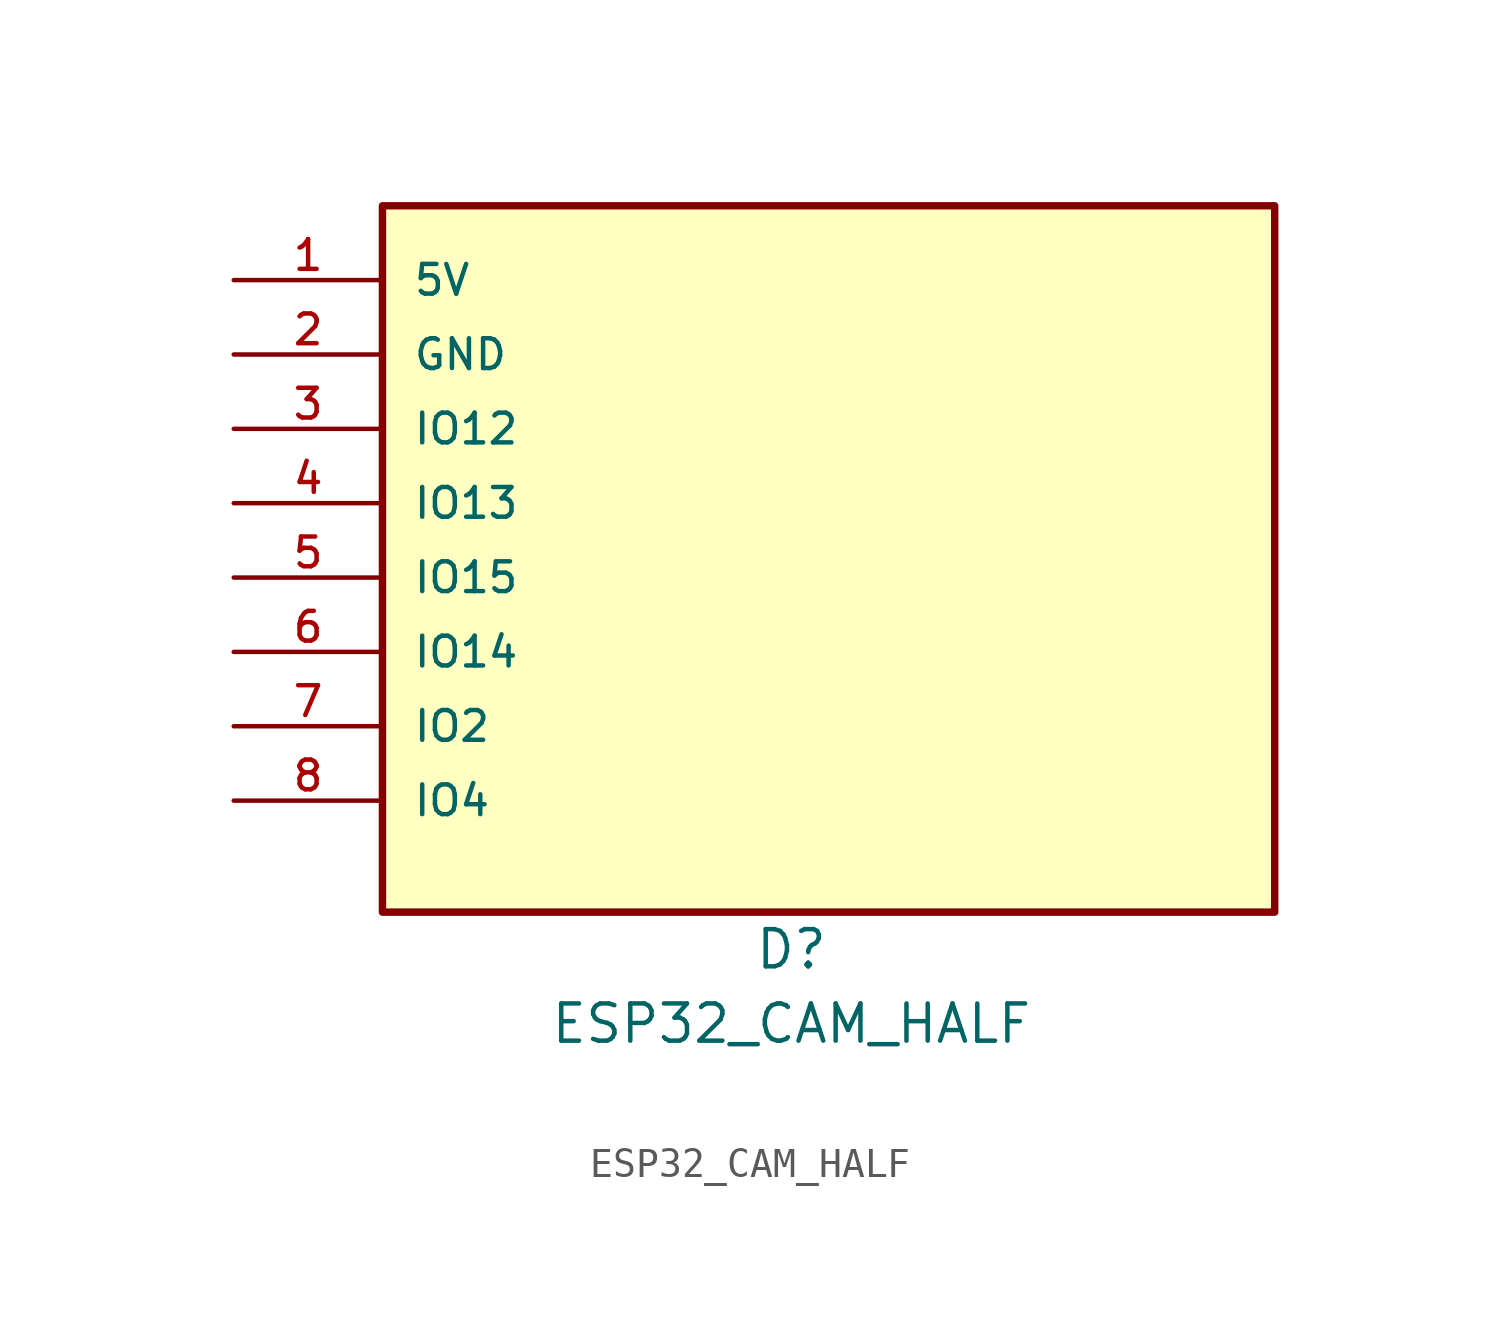
<source format=kicad_sym>
(kicad_symbol_lib
  (version 20211014)
  (generator kicad_symbol_editor)
  (symbol "ESP32_CAM_HALF"
    (pin_names
      (offset 1.016))
    (property "Reference" "D"
      (at -1.27 -13.97 0)
      (effects (font (size 1.27 1.27))))
    (property "Value" "ESP32_CAM_HALF"
      (at -1.27 -16.51 0)
      (effects (font (size 1.27 1.27))))
    (symbol "ESP32_CAM_HALF_1_0"
      (rectangle (start -15.24 -12.7) (end 15.24 11.43) (stroke (width 0.254) (type default) (color 0 0 0 0)) (fill (type background)))
      (pin power_in line (at -20.32 8.89 0) (length 5.08) (name "5V" (effects (font (size 1.016 1.016)))) (number "1" (effects (font (size 1.016 1.016)))))
      (pin power_in line (at -20.32 6.35 0) (length 5.08) (name "GND" (effects (font (size 1.016 1.016)))) (number "2" (effects (font (size 1.016 1.016)))))
      (pin bidirectional line (at -20.32 3.81 0) (length 5.08) (name "IO12" (effects (font (size 1.016 1.016)))) (number "3" (effects (font (size 1.016 1.016)))))
      (pin bidirectional line (at -20.32 1.27 0) (length 5.08) (name "IO13" (effects (font (size 1.016 1.016)))) (number "4" (effects (font (size 1.016 1.016)))))
      (pin bidirectional line (at -20.32 -1.27 0) (length 5.08) (name "IO15" (effects (font (size 1.016 1.016)))) (number "5" (effects (font (size 1.016 1.016)))))
      (pin bidirectional line (at -20.32 -3.81 0) (length 5.08) (name "IO14" (effects (font (size 1.016 1.016)))) (number "6" (effects (font (size 1.016 1.016)))))
      (pin bidirectional line (at -20.32 -6.35 0) (length 5.08) (name "IO2" (effects (font (size 1.016 1.016)))) (number "7" (effects (font (size 1.016 1.016)))))
      (pin bidirectional line (at -20.32 -8.89 0) (length 5.08) (name "IO4" (effects (font (size 1.016 1.016)))) (number "8" (effects (font (size 1.016 1.016))))))))
</source>
